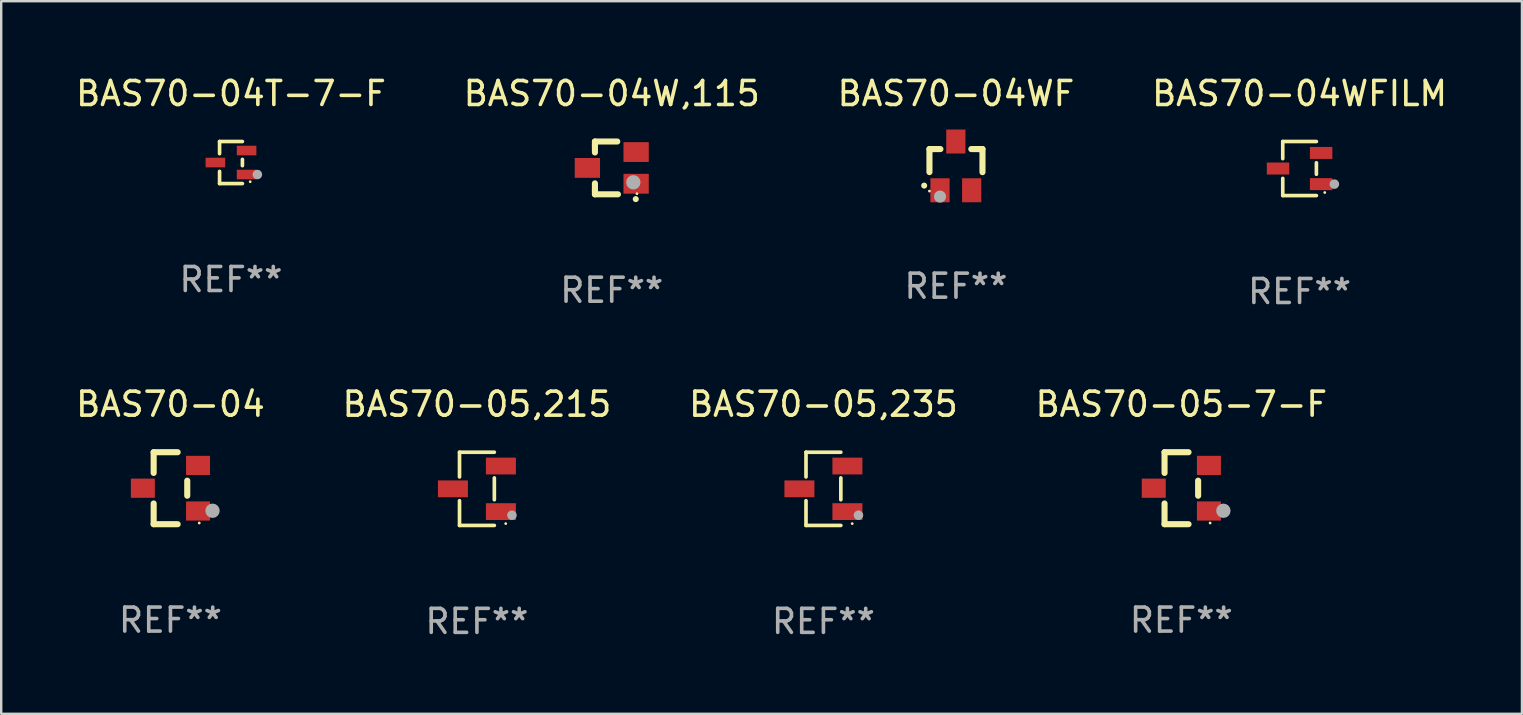
<source format=kicad_pcb>
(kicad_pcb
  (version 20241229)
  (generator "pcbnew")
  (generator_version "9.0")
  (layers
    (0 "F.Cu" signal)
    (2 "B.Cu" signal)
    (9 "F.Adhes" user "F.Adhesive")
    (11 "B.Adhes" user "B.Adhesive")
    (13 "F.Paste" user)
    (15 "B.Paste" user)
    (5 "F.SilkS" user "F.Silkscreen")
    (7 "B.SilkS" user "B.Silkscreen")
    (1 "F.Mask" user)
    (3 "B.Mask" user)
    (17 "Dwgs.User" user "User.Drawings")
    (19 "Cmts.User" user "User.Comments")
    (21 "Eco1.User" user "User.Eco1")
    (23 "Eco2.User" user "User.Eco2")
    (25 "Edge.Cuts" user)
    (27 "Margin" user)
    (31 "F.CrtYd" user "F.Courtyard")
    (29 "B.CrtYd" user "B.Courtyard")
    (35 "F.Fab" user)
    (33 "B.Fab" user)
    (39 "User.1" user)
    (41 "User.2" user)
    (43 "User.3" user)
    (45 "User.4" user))
  (footprint "BAS70-04T-7-F"
    (layer "F.Cu")
    (at 6.577 3.724)
    (property "Reference" "BAS70-04T-7-F" (at 0 -2.876 0) (layer "F.SilkS") (effects (font (size 1 1) (thickness 0.15))))
    (attr through_hole)
    (fp_line (start -0.476 -0.876) (end -0.476 -0.369) (stroke (width 0.152) (type solid)) (layer "F.SilkS"))
    (fp_line (start -0.476 0.876) (end -0.476 0.369) (stroke (width 0.152) (type solid)) (layer "F.SilkS"))
    (fp_line (start 0.476 -0.876) (end -0.476 -0.876) (stroke (width 0.152) (type solid)) (layer "F.SilkS"))
    (fp_line (start 0.476 -0.131) (end 0.476 0.131) (stroke (width 0.152) (type solid)) (layer "F.SilkS"))
    (fp_line (start 0.476 0.876) (end -0.476 0.876) (stroke (width 0.152) (type solid)) (layer "F.SilkS"))
    (fp_circle (center 0.8 0.8) (end 0.83 0.8) (stroke (width 0.06) (type solid)) (fill no) (layer "F.SilkS"))
    (fp_circle (center 1.1 0.5) (end 1.2 0.5) (stroke (width 0.2) (type solid)) (fill no) (layer "F.Fab"))
    (fp_text user "REF**" (at 0 4.876 0) (layer "F.Fab") (effects (font (size 1 1) (thickness 0.15))))
    (pad "1" smd rect (at 0.65 0.5) (size 0.816 0.4) (layers "F.Cu" "F.Mask" "F.Paste"))
    (pad "2" smd rect (at 0.65 -0.5) (size 0.816 0.4) (layers "F.Cu" "F.Mask" "F.Paste"))
    (pad "3" smd rect (at -0.65 0) (size 0.816 0.4) (layers "F.Cu" "F.Mask" "F.Paste")))
  (footprint "BAS70-05-7-F"
    (layer "F.Cu")
    (at 46.185 17.297)
    (property "Reference" "BAS70-05-7-F" (at 0 -3.5 0) (layer "F.SilkS") (effects (font (size 1 1) (thickness 0.15))))
    (attr through_hole)
    (fp_line (start -0.7 -1.5) (end 0.3 -1.5) (stroke (width 0.254) (type solid)) (layer "F.SilkS"))
    (fp_line (start -0.7 -0.636) (end -0.7 -1.5) (stroke (width 0.254) (type solid)) (layer "F.SilkS"))
    (fp_line (start -0.7 1.5) (end -0.7 0.636) (stroke (width 0.254) (type solid)) (layer "F.SilkS"))
    (fp_line (start -0.7 1.5) (end 0.3 1.5) (stroke (width 0.254) (type solid)) (layer "F.SilkS"))
    (fp_line (start 0.7 0.314) (end 0.7 -0.314) (stroke (width 0.254) (type solid)) (layer "F.SilkS"))
    (fp_circle (center 1.2 1.45) (end 1.23 1.45) (stroke (width 0.06) (type solid)) (fill no) (layer "F.SilkS"))
    (fp_circle (center 1.753 0.94) (end 1.903 0.94) (stroke (width 0.3) (type solid)) (fill no) (layer "F.Fab"))
    (fp_text user "REF**" (at 0 5.5 0) (layer "F.Fab") (effects (font (size 1 1) (thickness 0.15))))
    (pad "1" smd rect (at 1.15 0.95 180) (size 1 0.8) (layers "F.Cu" "F.Mask" "F.Paste"))
    (pad "2" smd rect (at 1.15 -0.95 180) (size 1 0.8) (layers "F.Cu" "F.Mask" "F.Paste"))
    (pad "3" smd rect (at -1.15 -0.000051 180) (size 1 0.8) (layers "F.Cu" "F.Mask" "F.Paste")))
  (footprint "BAS70-05,215"
    (layer "F.Cu")
    (at 16.827 17.323)
    (property "Reference" "BAS70-05,215" (at 0 -3.526 0) (layer "F.SilkS") (effects (font (size 1 1) (thickness 0.15))))
    (attr through_hole)
    (fp_line (start -0.726 -1.526) (end -0.726 -0.495) (stroke (width 0.152) (type solid)) (layer "F.SilkS"))
    (fp_line (start -0.726 1.526) (end -0.726 0.495) (stroke (width 0.152) (type solid)) (layer "F.SilkS"))
    (fp_line (start 0.726 -1.526) (end -0.726 -1.526) (stroke (width 0.152) (type solid)) (layer "F.SilkS"))
    (fp_line (start 0.726 -0.455) (end 0.726 0.455) (stroke (width 0.152) (type solid)) (layer "F.SilkS"))
    (fp_line (start 0.726 1.526) (end -0.726 1.526) (stroke (width 0.152) (type solid)) (layer "F.SilkS"))
    (fp_circle (center 1.2 1.45) (end 1.23 1.45) (stroke (width 0.06) (type solid)) (fill no) (layer "F.SilkS"))
    (fp_circle (center 1.46 1.1) (end 1.56 1.1) (stroke (width 0.2) (type solid)) (fill no) (layer "F.Fab"))
    (fp_text user "REF**" (at 0 5.526 0) (layer "F.Fab") (effects (font (size 1 1) (thickness 0.15))))
    (pad "1" smd rect (at 1 0.95) (size 1.25 0.7) (layers "F.Cu" "F.Mask" "F.Paste"))
    (pad "2" smd rect (at 1 -0.95) (size 1.25 0.7) (layers "F.Cu" "F.Mask" "F.Paste"))
    (pad "3" smd rect (at -1 0) (size 1.25 0.7) (layers "F.Cu" "F.Mask" "F.Paste")))
  (footprint "BAS70-04"
    (layer "F.Cu")
    (at 4.054 17.297)
    (property "Reference" "BAS70-04" (at 0 -3.5 0) (layer "F.SilkS") (effects (font (size 1 1) (thickness 0.15))))
    (attr through_hole)
    (fp_line (start -0.7 -1.5) (end 0.3 -1.5) (stroke (width 0.254) (type solid)) (layer "F.SilkS"))
    (fp_line (start -0.7 -0.636) (end -0.7 -1.5) (stroke (width 0.254) (type solid)) (layer "F.SilkS"))
    (fp_line (start -0.7 1.5) (end -0.7 0.636) (stroke (width 0.254) (type solid)) (layer "F.SilkS"))
    (fp_line (start -0.7 1.5) (end 0.3 1.5) (stroke (width 0.254) (type solid)) (layer "F.SilkS"))
    (fp_line (start 0.7 0.314) (end 0.7 -0.314) (stroke (width 0.254) (type solid)) (layer "F.SilkS"))
    (fp_circle (center 1.2 1.45) (end 1.23 1.45) (stroke (width 0.06) (type solid)) (fill no) (layer "F.SilkS"))
    (fp_circle (center 1.753 0.94) (end 1.903 0.94) (stroke (width 0.3) (type solid)) (fill no) (layer "F.Fab"))
    (fp_text user "REF**" (at 0 5.5 0) (layer "F.Fab") (effects (font (size 1 1) (thickness 0.15))))
    (pad "1" smd rect (at 1.15 0.95 180) (size 1 0.8) (layers "F.Cu" "F.Mask" "F.Paste"))
    (pad "2" smd rect (at 1.15 -0.95 180) (size 1 0.8) (layers "F.Cu" "F.Mask" "F.Paste"))
    (pad "3" smd rect (at -1.15 -0.000051 180) (size 1 0.8) (layers "F.Cu" "F.Mask" "F.Paste")))
  (footprint "BAS70-05,235"
    (layer "F.Cu")
    (at 31.268 17.323)
    (property "Reference" "BAS70-05,235" (at 0 -3.526 0) (layer "F.SilkS") (effects (font (size 1 1) (thickness 0.15))))
    (attr through_hole)
    (fp_line (start -0.726 -1.526) (end -0.726 -0.495) (stroke (width 0.152) (type solid)) (layer "F.SilkS"))
    (fp_line (start -0.726 1.526) (end -0.726 0.495) (stroke (width 0.152) (type solid)) (layer "F.SilkS"))
    (fp_line (start 0.726 -1.526) (end -0.726 -1.526) (stroke (width 0.152) (type solid)) (layer "F.SilkS"))
    (fp_line (start 0.726 -0.455) (end 0.726 0.455) (stroke (width 0.152) (type solid)) (layer "F.SilkS"))
    (fp_line (start 0.726 1.526) (end -0.726 1.526) (stroke (width 0.152) (type solid)) (layer "F.SilkS"))
    (fp_circle (center 1.2 1.45) (end 1.23 1.45) (stroke (width 0.06) (type solid)) (fill no) (layer "F.SilkS"))
    (fp_circle (center 1.46 1.1) (end 1.56 1.1) (stroke (width 0.2) (type solid)) (fill no) (layer "F.Fab"))
    (fp_text user "REF**" (at 0 5.526 0) (layer "F.Fab") (effects (font (size 1 1) (thickness 0.15))))
    (pad "1" smd rect (at 1 0.95) (size 1.25 0.7) (layers "F.Cu" "F.Mask" "F.Paste"))
    (pad "2" smd rect (at 1 -0.95) (size 1.25 0.7) (layers "F.Cu" "F.Mask" "F.Paste"))
    (pad "3" smd rect (at -1 0) (size 1.25 0.7) (layers "F.Cu" "F.Mask" "F.Paste")))
  (footprint "BAS70-04WF"
    (layer "F.Cu")
    (at 36.792 3.864)
    (property "Reference" "BAS70-04WF" (at 0 -3.016 0) (layer "F.SilkS") (effects (font (size 1 1) (thickness 0.15))))
    (attr through_hole)
    (fp_line (start -1.105 -0.701) (end -1.105 0.259) (stroke (width 0.254) (type solid)) (layer "F.SilkS"))
    (fp_line (start -0.955 -0.701) (end -1.105 -0.701) (stroke (width 0.254) (type solid)) (layer "F.SilkS"))
    (fp_line (start -0.955 -0.701) (end -0.649 -0.701) (stroke (width 0.254) (type solid)) (layer "F.SilkS"))
    (fp_line (start 0.639 -0.701) (end 0.945 -0.701) (stroke (width 0.254) (type solid)) (layer "F.SilkS"))
    (fp_line (start 0.945 -0.701) (end 1.105 -0.701) (stroke (width 0.254) (type solid)) (layer "F.SilkS"))
    (fp_line (start 1.105 -0.701) (end 1.105 0.261) (stroke (width 0.254) (type solid)) (layer "F.SilkS"))
    (fp_arc (start -1.324994 0.82253) (mid -1.325 0.82126) (end -1.324994 0.81999) (stroke (width 0.24892) (type solid)) (layer "F.SilkS"))
    (fp_circle (center -1.105 1.05) (end -1.075 1.05) (stroke (width 0.06) (type solid)) (fill no) (layer "F.SilkS"))
    (fp_circle (center -0.665 1.28) (end -0.538 1.28) (stroke (width 0.254) (type solid)) (fill no) (layer "F.Fab"))
    (fp_text user "REF**" (at 0 5.016 0) (layer "F.Fab") (effects (font (size 1 1) (thickness 0.15))))
    (pad "1" smd rect (at -0.665 1.016) (size 0.8 1) (layers "F.Cu" "F.Mask" "F.Paste"))
    (pad "2" smd rect (at 0.655 1.016) (size 0.8 1) (layers "F.Cu" "F.Mask" "F.Paste"))
    (pad "3" smd rect (at -0.005 -1.016) (size 0.8 1) (layers "F.Cu" "F.Mask" "F.Paste")))
  (footprint "BAS70-04WFILM"
    (layer "F.Cu")
    (at 51.113 3.974)
    (property "Reference" "BAS70-04WFILM" (at 0 -3.126 0) (layer "F.SilkS") (effects (font (size 1 1) (thickness 0.15))))
    (attr through_hole)
    (fp_line (start -0.701 -1.126) (end -0.701 -0.411) (stroke (width 0.152) (type solid)) (layer "F.SilkS"))
    (fp_line (start -0.701 1.126) (end -0.701 0.411) (stroke (width 0.152) (type solid)) (layer "F.SilkS"))
    (fp_line (start 0.701 -1.126) (end -0.701 -1.126) (stroke (width 0.152) (type solid)) (layer "F.SilkS"))
    (fp_line (start 0.701 -0.239) (end 0.701 0.239) (stroke (width 0.152) (type solid)) (layer "F.SilkS"))
    (fp_line (start 0.701 1.126) (end -0.701 1.126) (stroke (width 0.152) (type solid)) (layer "F.SilkS"))
    (fp_circle (center 1.05 1) (end 1.08 1) (stroke (width 0.06) (type solid)) (fill no) (layer "F.SilkS"))
    (fp_circle (center 1.45 0.65) (end 1.55 0.65) (stroke (width 0.2) (type solid)) (fill no) (layer "F.Fab"))
    (fp_text user "REF**" (at 0 5.126 0) (layer "F.Fab") (effects (font (size 1 1) (thickness 0.15))))
    (pad "1" smd rect (at 0.898 0.65) (size 0.936 0.5) (layers "F.Cu" "F.Mask" "F.Paste"))
    (pad "2" smd rect (at 0.898 -0.65) (size 0.936 0.5) (layers "F.Cu" "F.Mask" "F.Paste"))
    (pad "3" smd rect (at -0.898 0) (size 0.936 0.5) (layers "F.Cu" "F.Mask" "F.Paste")))
  (footprint "BAS70-04W,115"
    (layer "F.Cu")
    (at 22.446 3.948)
    (property "Reference" "BAS70-04W,115" (at 0 -3.1 0) (layer "F.SilkS") (effects (font (size 1 1) (thickness 0.15))))
    (attr through_hole)
    (fp_line (start -0.701 -0.95) (end -0.701 -1.1) (stroke (width 0.254) (type solid)) (layer "F.SilkS"))
    (fp_line (start -0.701 -0.644) (end -0.701 -0.95) (stroke (width 0.254) (type solid)) (layer "F.SilkS"))
    (fp_line (start -0.701 0.95) (end -0.701 0.644) (stroke (width 0.254) (type solid)) (layer "F.SilkS"))
    (fp_line (start -0.701 0.95) (end -0.701 1.1) (stroke (width 0.254) (type solid)) (layer "F.SilkS"))
    (fp_line (start -0.7 -1.1) (end 0.23 -1.1) (stroke (width 0.254) (type solid)) (layer "F.SilkS"))
    (fp_line (start -0.7 1.1) (end 0.258 1.1) (stroke (width 0.254) (type solid)) (layer "F.SilkS"))
    (fp_arc (start 1 1.3) (mid 1.00127 1.299994) (end 1.00254 1.3) (stroke (width 0.24892) (type solid)) (layer "F.SilkS"))
    (fp_circle (center 1.05 1.075) (end 1.08 1.075) (stroke (width 0.06) (type solid)) (fill no) (layer "F.SilkS"))
    (fp_circle (center 0.9 0.6) (end 1.05 0.6) (stroke (width 0.3) (type solid)) (fill no) (layer "F.Fab"))
    (fp_text user "REF**" (at 0 5.1 0) (layer "F.Fab") (effects (font (size 1 1) (thickness 0.15))))
    (pad "1" smd rect (at 1.016 0.66) (size 1.054 0.826) (layers "F.Cu" "F.Mask" "F.Paste"))
    (pad "2" smd rect (at 1.016 -0.66) (size 1.054 0.826) (layers "F.Cu" "F.Mask" "F.Paste"))
    (pad "3" smd rect (at -1.016 0) (size 1.054 0.826) (layers "F.Cu" "F.Mask" "F.Paste")))
  (gr_rect
    (start -3 -3)
    (end 60.381 26.698)
    (stroke (width 0.1) (type default))
    (fill no)
    (layer "Edge.Cuts")))
</source>
